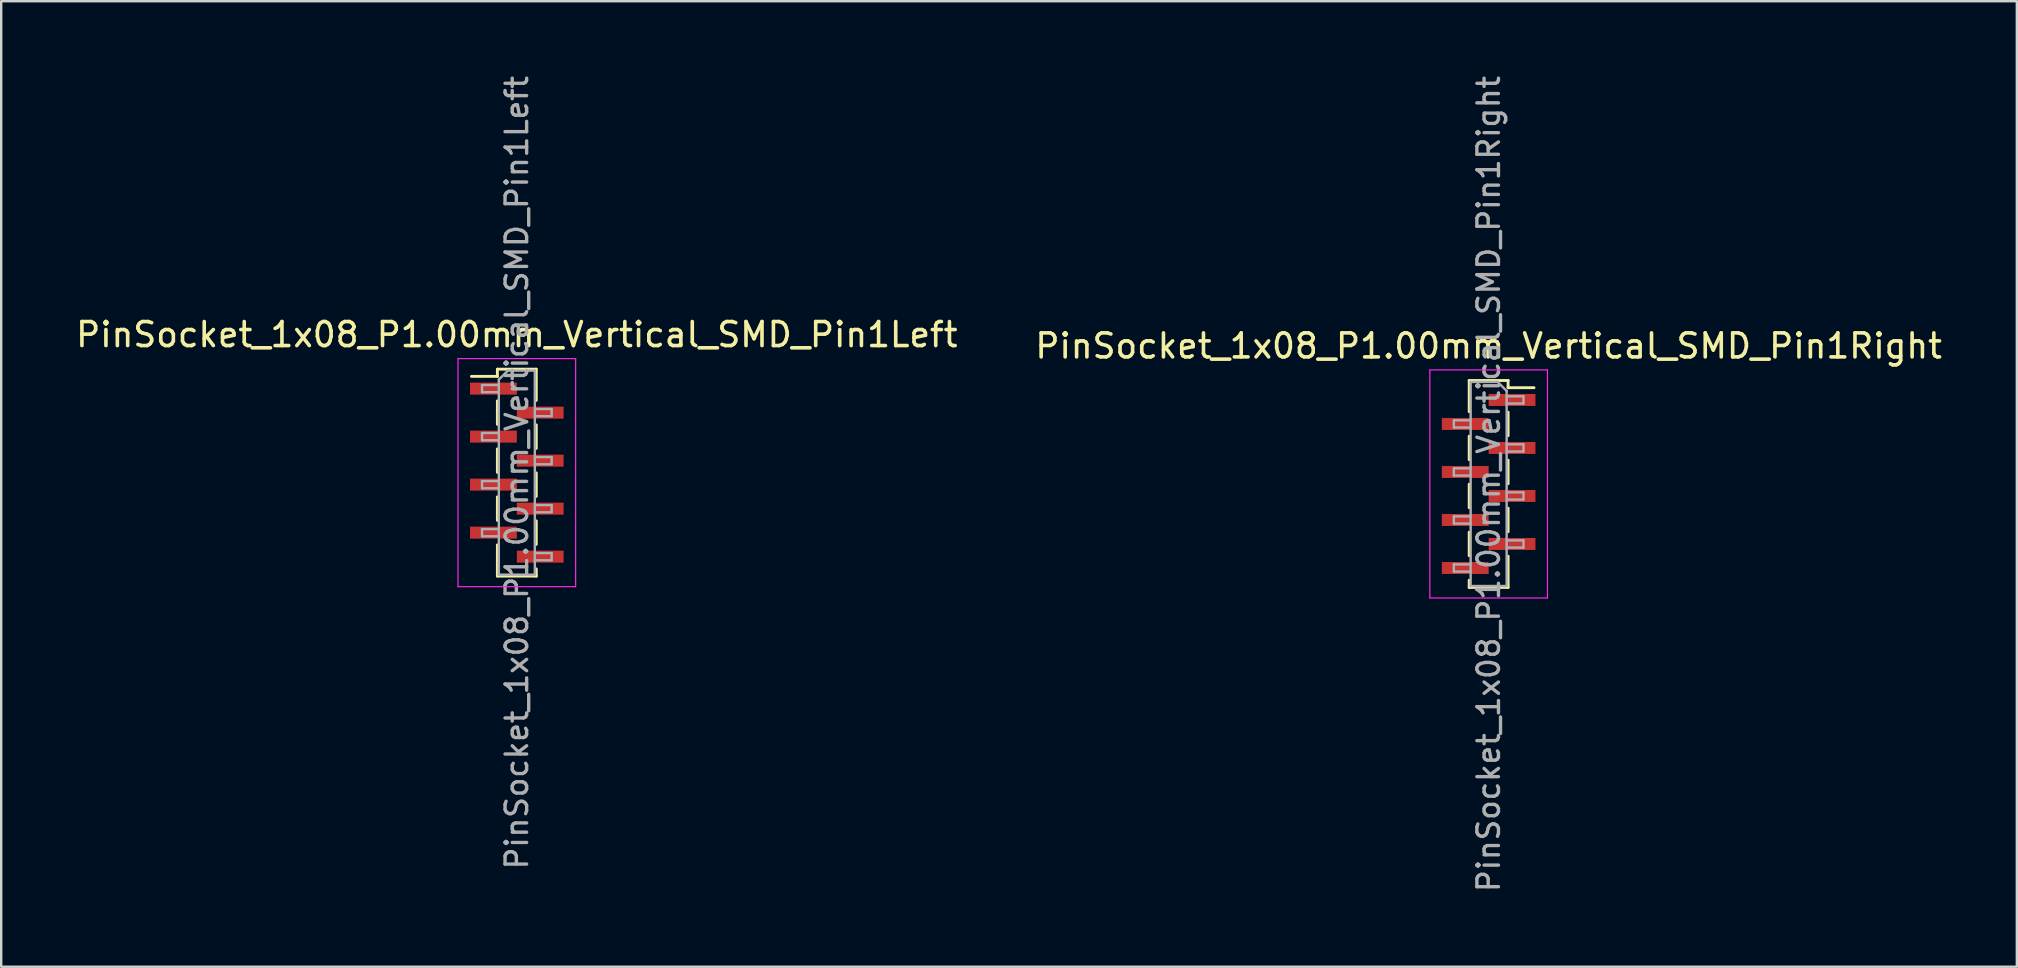
<source format=kicad_pcb>
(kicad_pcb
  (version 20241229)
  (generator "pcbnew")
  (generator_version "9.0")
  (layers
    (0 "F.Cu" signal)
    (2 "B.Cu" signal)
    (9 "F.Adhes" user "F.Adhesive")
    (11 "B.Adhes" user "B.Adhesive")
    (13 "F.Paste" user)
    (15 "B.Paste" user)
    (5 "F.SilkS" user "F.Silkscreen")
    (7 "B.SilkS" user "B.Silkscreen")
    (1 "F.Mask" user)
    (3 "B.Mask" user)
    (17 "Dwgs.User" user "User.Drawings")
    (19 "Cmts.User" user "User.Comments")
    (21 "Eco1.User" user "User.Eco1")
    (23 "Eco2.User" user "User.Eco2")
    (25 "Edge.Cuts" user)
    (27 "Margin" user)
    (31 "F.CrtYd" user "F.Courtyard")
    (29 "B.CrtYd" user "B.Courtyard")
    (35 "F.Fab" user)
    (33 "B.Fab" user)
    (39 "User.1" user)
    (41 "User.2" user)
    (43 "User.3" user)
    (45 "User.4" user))
  (footprint "PinSocket_1x08_P1.00mm_Vertical_SMD_Pin1Left"
    (layer "F.Cu")
    (at 18.482 16.641)
    (property "Reference" "PinSocket_1x08_P1.00mm_Vertical_SMD_Pin1Left" (at 0 -5.75 0) (layer "F.SilkS") (effects (font (size 1 1) (thickness 0.15))))
    (attr smd)
    (fp_line (start -1.89 -4.01) (end -0.81 -4.01) (stroke (width 0.12) (type solid)) (layer "F.SilkS"))
    (fp_line (start -0.81 -4.31) (end -0.81 -4.01) (stroke (width 0.12) (type solid)) (layer "F.SilkS"))
    (fp_line (start -0.81 -4.31) (end 0.81 -4.31) (stroke (width 0.12) (type solid)) (layer "F.SilkS"))
    (fp_line (start -0.81 -2.99) (end -0.81 -2.01) (stroke (width 0.12) (type solid)) (layer "F.SilkS"))
    (fp_line (start -0.81 -0.99) (end -0.81 -0.01) (stroke (width 0.12) (type solid)) (layer "F.SilkS"))
    (fp_line (start -0.81 1.01) (end -0.81 1.99) (stroke (width 0.12) (type solid)) (layer "F.SilkS"))
    (fp_line (start -0.81 3.01) (end -0.81 4.31) (stroke (width 0.12) (type solid)) (layer "F.SilkS"))
    (fp_line (start -0.81 4.31) (end 0.81 4.31) (stroke (width 0.12) (type solid)) (layer "F.SilkS"))
    (fp_line (start 0.81 -4.31) (end 0.81 -3.01) (stroke (width 0.12) (type solid)) (layer "F.SilkS"))
    (fp_line (start 0.81 -1.99) (end 0.81 -1.01) (stroke (width 0.12) (type solid)) (layer "F.SilkS"))
    (fp_line (start 0.81 0.01) (end 0.81 0.99) (stroke (width 0.12) (type solid)) (layer "F.SilkS"))
    (fp_line (start 0.81 2.01) (end 0.81 2.99) (stroke (width 0.12) (type solid)) (layer "F.SilkS"))
    (fp_line (start 0.81 4.01) (end 0.81 4.31) (stroke (width 0.12) (type solid)) (layer "F.SilkS"))
    (fp_line (start -2.45 -4.75) (end 2.45 -4.75) (stroke (width 0.05) (type solid)) (layer "F.CrtYd"))
    (fp_line (start -2.45 4.75) (end -2.45 -4.75) (stroke (width 0.05) (type solid)) (layer "F.CrtYd"))
    (fp_line (start 2.45 -4.75) (end 2.45 4.75) (stroke (width 0.05) (type solid)) (layer "F.CrtYd"))
    (fp_line (start 2.45 4.75) (end -2.45 4.75) (stroke (width 0.05) (type solid)) (layer "F.CrtYd"))
    (fp_line (start -1.45 -3.65) (end -0.75 -3.65) (stroke (width 0.1) (type solid)) (layer "F.Fab"))
    (fp_line (start -1.45 -3.35) (end -1.45 -3.65) (stroke (width 0.1) (type solid)) (layer "F.Fab"))
    (fp_line (start -1.45 -1.65) (end -0.75 -1.65) (stroke (width 0.1) (type solid)) (layer "F.Fab"))
    (fp_line (start -1.45 -1.35) (end -1.45 -1.65) (stroke (width 0.1) (type solid)) (layer "F.Fab"))
    (fp_line (start -1.45 0.35) (end -0.75 0.35) (stroke (width 0.1) (type solid)) (layer "F.Fab"))
    (fp_line (start -1.45 0.65) (end -1.45 0.35) (stroke (width 0.1) (type solid)) (layer "F.Fab"))
    (fp_line (start -1.45 2.35) (end -0.75 2.35) (stroke (width 0.1) (type solid)) (layer "F.Fab"))
    (fp_line (start -1.45 2.65) (end -1.45 2.35) (stroke (width 0.1) (type solid)) (layer "F.Fab"))
    (fp_line (start -0.75 -3.875) (end -0.375 -4.25) (stroke (width 0.1) (type solid)) (layer "F.Fab"))
    (fp_line (start -0.75 -3.35) (end -1.45 -3.35) (stroke (width 0.1) (type solid)) (layer "F.Fab"))
    (fp_line (start -0.75 -1.35) (end -1.45 -1.35) (stroke (width 0.1) (type solid)) (layer "F.Fab"))
    (fp_line (start -0.75 0.65) (end -1.45 0.65) (stroke (width 0.1) (type solid)) (layer "F.Fab"))
    (fp_line (start -0.75 2.65) (end -1.45 2.65) (stroke (width 0.1) (type solid)) (layer "F.Fab"))
    (fp_line (start -0.75 4.25) (end -0.75 -3.875) (stroke (width 0.1) (type solid)) (layer "F.Fab"))
    (fp_line (start -0.375 -4.25) (end 0.75 -4.25) (stroke (width 0.1) (type solid)) (layer "F.Fab"))
    (fp_line (start 0.75 -4.25) (end 0.75 4.25) (stroke (width 0.1) (type solid)) (layer "F.Fab"))
    (fp_line (start 0.75 -2.65) (end 1.45 -2.65) (stroke (width 0.1) (type solid)) (layer "F.Fab"))
    (fp_line (start 0.75 -0.65) (end 1.45 -0.65) (stroke (width 0.1) (type solid)) (layer "F.Fab"))
    (fp_line (start 0.75 1.35) (end 1.45 1.35) (stroke (width 0.1) (type solid)) (layer "F.Fab"))
    (fp_line (start 0.75 3.35) (end 1.45 3.35) (stroke (width 0.1) (type solid)) (layer "F.Fab"))
    (fp_line (start 0.75 4.25) (end -0.75 4.25) (stroke (width 0.1) (type solid)) (layer "F.Fab"))
    (fp_line (start 1.45 -2.65) (end 1.45 -2.35) (stroke (width 0.1) (type solid)) (layer "F.Fab"))
    (fp_line (start 1.45 -2.35) (end 0.75 -2.35) (stroke (width 0.1) (type solid)) (layer "F.Fab"))
    (fp_line (start 1.45 -0.65) (end 1.45 -0.35) (stroke (width 0.1) (type solid)) (layer "F.Fab"))
    (fp_line (start 1.45 -0.35) (end 0.75 -0.35) (stroke (width 0.1) (type solid)) (layer "F.Fab"))
    (fp_line (start 1.45 1.35) (end 1.45 1.65) (stroke (width 0.1) (type solid)) (layer "F.Fab"))
    (fp_line (start 1.45 1.65) (end 0.75 1.65) (stroke (width 0.1) (type solid)) (layer "F.Fab"))
    (fp_line (start 1.45 3.35) (end 1.45 3.65) (stroke (width 0.1) (type solid)) (layer "F.Fab"))
    (fp_line (start 1.45 3.65) (end 0.75 3.65) (stroke (width 0.1) (type solid)) (layer "F.Fab"))
    (fp_text user "${REFERENCE}" (at 0 0 90) (layer "F.Fab") (effects (font (size 0.9 0.9) (thickness 0.14))))
    (pad "1" smd rect (at -0.975 -3.5) (size 1.95 0.5) (layers "F.Cu" "F.Mask" "F.Paste"))
    (pad "2" smd rect (at 0.975 -2.5) (size 1.95 0.5) (layers "F.Cu" "F.Mask" "F.Paste"))
    (pad "3" smd rect (at -0.975 -1.5) (size 1.95 0.5) (layers "F.Cu" "F.Mask" "F.Paste"))
    (pad "4" smd rect (at 0.975 -0.5) (size 1.95 0.5) (layers "F.Cu" "F.Mask" "F.Paste"))
    (pad "5" smd rect (at -0.975 0.5) (size 1.95 0.5) (layers "F.Cu" "F.Mask" "F.Paste"))
    (pad "6" smd rect (at 0.975 1.5) (size 1.95 0.5) (layers "F.Cu" "F.Mask" "F.Paste"))
    (pad "7" smd rect (at -0.975 2.5) (size 1.95 0.5) (layers "F.Cu" "F.Mask" "F.Paste"))
    (pad "8" smd rect (at 0.975 3.5) (size 1.95 0.5) (layers "F.Cu" "F.Mask" "F.Paste")))
  (footprint "PinSocket_1x08_P1.00mm_Vertical_SMD_Pin1Right"
    (layer "F.Cu")
    (at 58.97 17.113)
    (property "Reference" "PinSocket_1x08_P1.00mm_Vertical_SMD_Pin1Right" (at 0 -5.75 0) (layer "F.SilkS") (effects (font (size 1 1) (thickness 0.15))))
    (attr smd)
    (fp_line (start -0.81 -4.31) (end -0.81 -3.01) (stroke (width 0.12) (type solid)) (layer "F.SilkS"))
    (fp_line (start -0.81 -4.31) (end 0.81 -4.31) (stroke (width 0.12) (type solid)) (layer "F.SilkS"))
    (fp_line (start -0.81 -1.99) (end -0.81 -1.01) (stroke (width 0.12) (type solid)) (layer "F.SilkS"))
    (fp_line (start -0.81 0.01) (end -0.81 0.99) (stroke (width 0.12) (type solid)) (layer "F.SilkS"))
    (fp_line (start -0.81 2.01) (end -0.81 2.99) (stroke (width 0.12) (type solid)) (layer "F.SilkS"))
    (fp_line (start -0.81 4.01) (end -0.81 4.31) (stroke (width 0.12) (type solid)) (layer "F.SilkS"))
    (fp_line (start -0.81 4.31) (end 0.81 4.31) (stroke (width 0.12) (type solid)) (layer "F.SilkS"))
    (fp_line (start 0.81 -4.31) (end 0.81 -4.01) (stroke (width 0.12) (type solid)) (layer "F.SilkS"))
    (fp_line (start 0.81 -4.01) (end 1.89 -4.01) (stroke (width 0.12) (type solid)) (layer "F.SilkS"))
    (fp_line (start 0.81 -2.99) (end 0.81 -2.01) (stroke (width 0.12) (type solid)) (layer "F.SilkS"))
    (fp_line (start 0.81 -0.99) (end 0.81 -0.01) (stroke (width 0.12) (type solid)) (layer "F.SilkS"))
    (fp_line (start 0.81 1.01) (end 0.81 1.99) (stroke (width 0.12) (type solid)) (layer "F.SilkS"))
    (fp_line (start 0.81 3.01) (end 0.81 4.31) (stroke (width 0.12) (type solid)) (layer "F.SilkS"))
    (fp_line (start -2.45 -4.75) (end 2.45 -4.75) (stroke (width 0.05) (type solid)) (layer "F.CrtYd"))
    (fp_line (start -2.45 4.75) (end -2.45 -4.75) (stroke (width 0.05) (type solid)) (layer "F.CrtYd"))
    (fp_line (start 2.45 -4.75) (end 2.45 4.75) (stroke (width 0.05) (type solid)) (layer "F.CrtYd"))
    (fp_line (start 2.45 4.75) (end -2.45 4.75) (stroke (width 0.05) (type solid)) (layer "F.CrtYd"))
    (fp_line (start -1.45 -2.65) (end -0.75 -2.65) (stroke (width 0.1) (type solid)) (layer "F.Fab"))
    (fp_line (start -1.45 -2.35) (end -1.45 -2.65) (stroke (width 0.1) (type solid)) (layer "F.Fab"))
    (fp_line (start -1.45 -0.65) (end -0.75 -0.65) (stroke (width 0.1) (type solid)) (layer "F.Fab"))
    (fp_line (start -1.45 -0.35) (end -1.45 -0.65) (stroke (width 0.1) (type solid)) (layer "F.Fab"))
    (fp_line (start -1.45 1.35) (end -0.75 1.35) (stroke (width 0.1) (type solid)) (layer "F.Fab"))
    (fp_line (start -1.45 1.65) (end -1.45 1.35) (stroke (width 0.1) (type solid)) (layer "F.Fab"))
    (fp_line (start -1.45 3.35) (end -0.75 3.35) (stroke (width 0.1) (type solid)) (layer "F.Fab"))
    (fp_line (start -1.45 3.65) (end -1.45 3.35) (stroke (width 0.1) (type solid)) (layer "F.Fab"))
    (fp_line (start -0.75 -4.25) (end 0.375 -4.25) (stroke (width 0.1) (type solid)) (layer "F.Fab"))
    (fp_line (start -0.75 -2.35) (end -1.45 -2.35) (stroke (width 0.1) (type solid)) (layer "F.Fab"))
    (fp_line (start -0.75 -0.35) (end -1.45 -0.35) (stroke (width 0.1) (type solid)) (layer "F.Fab"))
    (fp_line (start -0.75 1.65) (end -1.45 1.65) (stroke (width 0.1) (type solid)) (layer "F.Fab"))
    (fp_line (start -0.75 3.65) (end -1.45 3.65) (stroke (width 0.1) (type solid)) (layer "F.Fab"))
    (fp_line (start -0.75 4.25) (end -0.75 -4.25) (stroke (width 0.1) (type solid)) (layer "F.Fab"))
    (fp_line (start 0.375 -4.25) (end 0.75 -3.875) (stroke (width 0.1) (type solid)) (layer "F.Fab"))
    (fp_line (start 0.75 -3.875) (end 0.75 4.25) (stroke (width 0.1) (type solid)) (layer "F.Fab"))
    (fp_line (start 0.75 -3.65) (end 1.45 -3.65) (stroke (width 0.1) (type solid)) (layer "F.Fab"))
    (fp_line (start 0.75 -1.65) (end 1.45 -1.65) (stroke (width 0.1) (type solid)) (layer "F.Fab"))
    (fp_line (start 0.75 0.35) (end 1.45 0.35) (stroke (width 0.1) (type solid)) (layer "F.Fab"))
    (fp_line (start 0.75 2.35) (end 1.45 2.35) (stroke (width 0.1) (type solid)) (layer "F.Fab"))
    (fp_line (start 0.75 4.25) (end -0.75 4.25) (stroke (width 0.1) (type solid)) (layer "F.Fab"))
    (fp_line (start 1.45 -3.65) (end 1.45 -3.35) (stroke (width 0.1) (type solid)) (layer "F.Fab"))
    (fp_line (start 1.45 -3.35) (end 0.75 -3.35) (stroke (width 0.1) (type solid)) (layer "F.Fab"))
    (fp_line (start 1.45 -1.65) (end 1.45 -1.35) (stroke (width 0.1) (type solid)) (layer "F.Fab"))
    (fp_line (start 1.45 -1.35) (end 0.75 -1.35) (stroke (width 0.1) (type solid)) (layer "F.Fab"))
    (fp_line (start 1.45 0.35) (end 1.45 0.65) (stroke (width 0.1) (type solid)) (layer "F.Fab"))
    (fp_line (start 1.45 0.65) (end 0.75 0.65) (stroke (width 0.1) (type solid)) (layer "F.Fab"))
    (fp_line (start 1.45 2.35) (end 1.45 2.65) (stroke (width 0.1) (type solid)) (layer "F.Fab"))
    (fp_line (start 1.45 2.65) (end 0.75 2.65) (stroke (width 0.1) (type solid)) (layer "F.Fab"))
    (fp_text user "${REFERENCE}" (at 0 0 90) (layer "F.Fab") (effects (font (size 0.9 0.9) (thickness 0.14))))
    (pad "1" smd rect (at 0.975 -3.5) (size 1.95 0.5) (layers "F.Cu" "F.Mask" "F.Paste"))
    (pad "2" smd rect (at -0.975 -2.5) (size 1.95 0.5) (layers "F.Cu" "F.Mask" "F.Paste"))
    (pad "3" smd rect (at 0.975 -1.5) (size 1.95 0.5) (layers "F.Cu" "F.Mask" "F.Paste"))
    (pad "4" smd rect (at -0.975 -0.5) (size 1.95 0.5) (layers "F.Cu" "F.Mask" "F.Paste"))
    (pad "5" smd rect (at 0.975 0.5) (size 1.95 0.5) (layers "F.Cu" "F.Mask" "F.Paste"))
    (pad "6" smd rect (at -0.975 1.5) (size 1.95 0.5) (layers "F.Cu" "F.Mask" "F.Paste"))
    (pad "7" smd rect (at 0.975 2.5) (size 1.95 0.5) (layers "F.Cu" "F.Mask" "F.Paste"))
    (pad "8" smd rect (at -0.975 3.5) (size 1.95 0.5) (layers "F.Cu" "F.Mask" "F.Paste")))
  (gr_rect
    (start -3 -3)
    (end 80.976 37.226)
    (stroke (width 0.1) (type default))
    (fill no)
    (layer "Edge.Cuts")))
</source>
